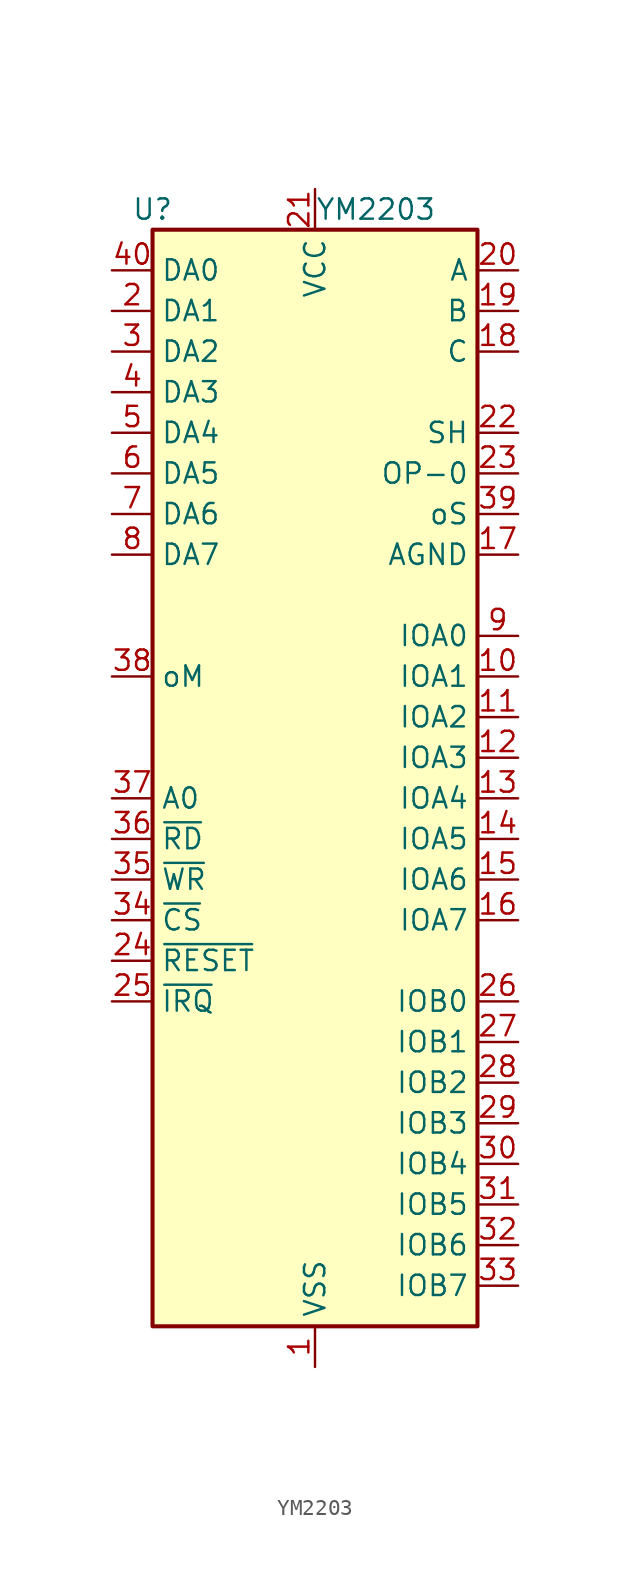
<source format=kicad_sym>
(kicad_symbol_lib
  (version 20241209)
  (generator "kicad_symbol_editor")
  (generator_version "9.0")
  (symbol "YM2203"
    (property "Reference" "U"
      (at -10.16 29.21 0)
      (effects (font (size 1.27 1.27))))
    (property "Value" "YM2203"
      (at 3.81 29.21 0)
      (effects (font (size 1.27 1.27))))
    (symbol "YM2203_0_1"
      (rectangle (start -10.16 27.94) (end 10.16 -40.64) (stroke (width 0.254) (type default)) (fill (type background))))
    (symbol "YM2203_1_1"
      (pin bidirectional line (at -12.7 25.4 0) (length 2.54) (name "DA0" (effects (font (size 1.27 1.27)))) (number "40" (effects (font (size 1.27 1.27)))))
      (pin bidirectional line (at -12.7 22.86 0) (length 2.54) (name "DA1" (effects (font (size 1.27 1.27)))) (number "2" (effects (font (size 1.27 1.27)))))
      (pin bidirectional line (at -12.7 20.32 0) (length 2.54) (name "DA2" (effects (font (size 1.27 1.27)))) (number "3" (effects (font (size 1.27 1.27)))))
      (pin bidirectional line (at -12.7 17.78 0) (length 2.54) (name "DA3" (effects (font (size 1.27 1.27)))) (number "4" (effects (font (size 1.27 1.27)))))
      (pin bidirectional line (at -12.7 15.24 0) (length 2.54) (name "DA4" (effects (font (size 1.27 1.27)))) (number "5" (effects (font (size 1.27 1.27)))))
      (pin bidirectional line (at -12.7 12.7 0) (length 2.54) (name "DA5" (effects (font (size 1.27 1.27)))) (number "6" (effects (font (size 1.27 1.27)))))
      (pin bidirectional line (at -12.7 10.16 0) (length 2.54) (name "DA6" (effects (font (size 1.27 1.27)))) (number "7" (effects (font (size 1.27 1.27)))))
      (pin bidirectional line (at -12.7 7.62 0) (length 2.54) (name "DA7" (effects (font (size 1.27 1.27)))) (number "8" (effects (font (size 1.27 1.27)))))
      (pin input line (at -12.7 0 0) (length 2.54) (name "oM" (effects (font (size 1.27 1.27)))) (number "38" (effects (font (size 1.27 1.27)))))
      (pin input line (at -12.7 -7.62 0) (length 2.54) (name "A0" (effects (font (size 1.27 1.27)))) (number "37" (effects (font (size 1.27 1.27)))))
      (pin input line (at -12.7 -10.16 0) (length 2.54) (name "~{RD}" (effects (font (size 1.27 1.27)))) (number "36" (effects (font (size 1.27 1.27)))))
      (pin input line (at -12.7 -12.7 0) (length 2.54) (name "~{WR}" (effects (font (size 1.27 1.27)))) (number "35" (effects (font (size 1.27 1.27)))))
      (pin input line (at -12.7 -15.24 0) (length 2.54) (name "~{CS}" (effects (font (size 1.27 1.27)))) (number "34" (effects (font (size 1.27 1.27)))))
      (pin passive line (at -12.7 -17.78 0) (length 2.54) (name "~{RESET}" (effects (font (size 1.27 1.27)))) (number "24" (effects (font (size 1.27 1.27)))))
      (pin input line (at -12.7 -20.32 0) (length 2.54) (name "~{IRQ}" (effects (font (size 1.27 1.27)))) (number "25" (effects (font (size 1.27 1.27)))))
      (pin power_in line (at 0 30.48 270) (length 2.54) (name "VCC" (effects (font (size 1.27 1.27)))) (number "21" (effects (font (size 1.27 1.27)))))
      (pin power_in line (at 0 -43.18 90) (length 2.54) (name "VSS" (effects (font (size 1.27 1.27)))) (number "1" (effects (font (size 1.27 1.27)))))
      (pin output line (at 12.7 25.4 180) (length 2.54) (name "A" (effects (font (size 1.27 1.27)))) (number "20" (effects (font (size 1.27 1.27)))))
      (pin output line (at 12.7 22.86 180) (length 2.54) (name "B" (effects (font (size 1.27 1.27)))) (number "19" (effects (font (size 1.27 1.27)))))
      (pin output line (at 12.7 20.32 180) (length 2.54) (name "C" (effects (font (size 1.27 1.27)))) (number "18" (effects (font (size 1.27 1.27)))))
      (pin output line (at 12.7 15.24 180) (length 2.54) (name "SH" (effects (font (size 1.27 1.27)))) (number "22" (effects (font (size 1.27 1.27)))))
      (pin output line (at 12.7 12.7 180) (length 2.54) (name "OP-0" (effects (font (size 1.27 1.27)))) (number "23" (effects (font (size 1.27 1.27)))))
      (pin output line (at 12.7 10.16 180) (length 2.54) (name "oS" (effects (font (size 1.27 1.27)))) (number "39" (effects (font (size 1.27 1.27)))))
      (pin power_in line (at 12.7 7.62 180) (length 2.54) (name "AGND" (effects (font (size 1.27 1.27)))) (number "17" (effects (font (size 1.27 1.27)))))
      (pin bidirectional line (at 12.7 2.54 180) (length 2.54) (name "IOA0" (effects (font (size 1.27 1.27)))) (number "9" (effects (font (size 1.27 1.27)))))
      (pin bidirectional line (at 12.7 0 180) (length 2.54) (name "IOA1" (effects (font (size 1.27 1.27)))) (number "10" (effects (font (size 1.27 1.27)))))
      (pin bidirectional line (at 12.7 -2.54 180) (length 2.54) (name "IOA2" (effects (font (size 1.27 1.27)))) (number "11" (effects (font (size 1.27 1.27)))))
      (pin bidirectional line (at 12.7 -5.08 180) (length 2.54) (name "IOA3" (effects (font (size 1.27 1.27)))) (number "12" (effects (font (size 1.27 1.27)))))
      (pin bidirectional line (at 12.7 -7.62 180) (length 2.54) (name "IOA4" (effects (font (size 1.27 1.27)))) (number "13" (effects (font (size 1.27 1.27)))))
      (pin bidirectional line (at 12.7 -10.16 180) (length 2.54) (name "IOA5" (effects (font (size 1.27 1.27)))) (number "14" (effects (font (size 1.27 1.27)))))
      (pin bidirectional line (at 12.7 -12.7 180) (length 2.54) (name "IOA6" (effects (font (size 1.27 1.27)))) (number "15" (effects (font (size 1.27 1.27)))))
      (pin bidirectional line (at 12.7 -15.24 180) (length 2.54) (name "IOA7" (effects (font (size 1.27 1.27)))) (number "16" (effects (font (size 1.27 1.27)))))
      (pin bidirectional line (at 12.7 -20.32 180) (length 2.54) (name "IOB0" (effects (font (size 1.27 1.27)))) (number "26" (effects (font (size 1.27 1.27)))))
      (pin bidirectional line (at 12.7 -22.86 180) (length 2.54) (name "IOB1" (effects (font (size 1.27 1.27)))) (number "27" (effects (font (size 1.27 1.27)))))
      (pin bidirectional line (at 12.7 -25.4 180) (length 2.54) (name "IOB2" (effects (font (size 1.27 1.27)))) (number "28" (effects (font (size 1.27 1.27)))))
      (pin bidirectional line (at 12.7 -27.94 180) (length 2.54) (name "IOB3" (effects (font (size 1.27 1.27)))) (number "29" (effects (font (size 1.27 1.27)))))
      (pin bidirectional line (at 12.7 -30.48 180) (length 2.54) (name "IOB4" (effects (font (size 1.27 1.27)))) (number "30" (effects (font (size 1.27 1.27)))))
      (pin bidirectional line (at 12.7 -33.02 180) (length 2.54) (name "IOB5" (effects (font (size 1.27 1.27)))) (number "31" (effects (font (size 1.27 1.27)))))
      (pin bidirectional line (at 12.7 -35.56 180) (length 2.54) (name "IOB6" (effects (font (size 1.27 1.27)))) (number "32" (effects (font (size 1.27 1.27)))))
      (pin bidirectional line (at 12.7 -38.1 180) (length 2.54) (name "IOB7" (effects (font (size 1.27 1.27)))) (number "33" (effects (font (size 1.27 1.27))))))))
</source>
